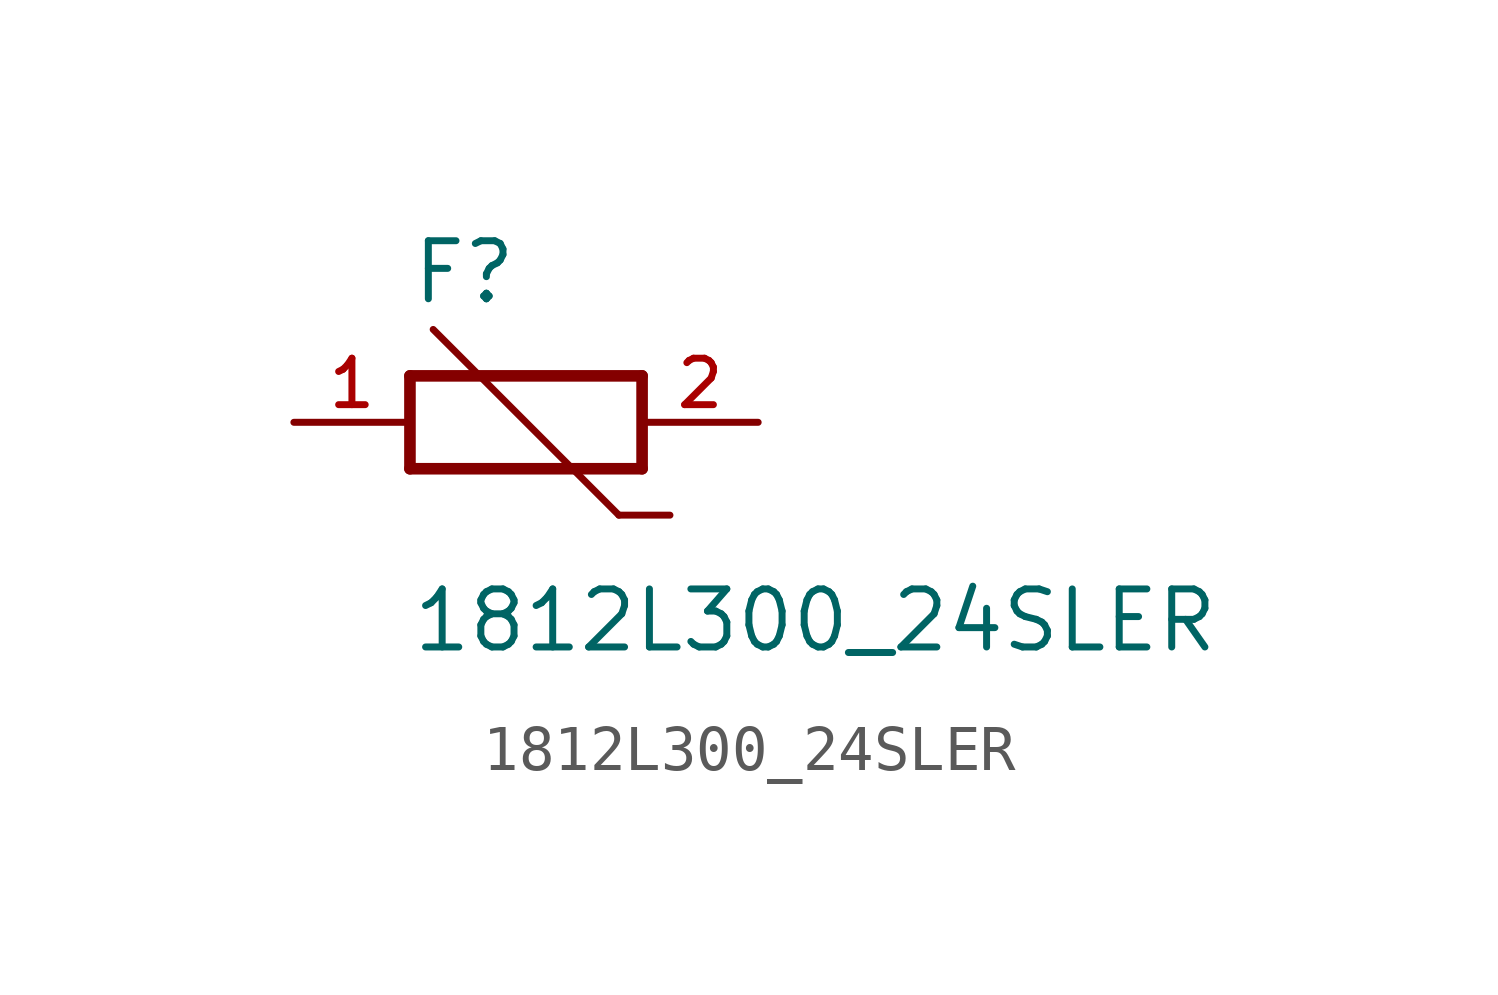
<source format=kicad_sym>
(kicad_symbol_lib
  (version 20211014)
  (generator kicad_symbol_editor)
  (symbol "1812L300_24SLER"
    (pin_names
      (offset 1.016))
    (property "Reference" "F"
      (at -2.54 2.54 0)
      (effects (font (size 1.27 1.27)) (justify bottom left)))
    (property "Value" "1812L300_24SLER"
      (at -2.54 -5.08 0)
      (effects (font (size 1.27 1.27)) (justify bottom left)))
    (symbol "1812L300_24SLER_0_0"
      (polyline (pts (xy 2.54 1.016) (xy 2.54 -1.016)) (stroke (width 0.254)))
      (polyline (pts (xy 2.54 -1.016) (xy -2.54 -1.016)) (stroke (width 0.254)))
      (polyline (pts (xy -2.54 -1.016) (xy -2.54 1.016)) (stroke (width 0.254)))
      (polyline (pts (xy -2.54 1.016) (xy 2.54 1.016)) (stroke (width 0.254)))
      (polyline (pts (xy 3.15 -2.032) (xy 2.032 -2.032)) (stroke (width 0.152)))
      (polyline (pts (xy 2.032 -2.032) (xy -2.032 2.032)) (stroke (width 0.152)))
      (pin passive line (at 5.08 0.0 180.0) (length 2.54) (name "~" (effects (font (size 1.016 1.016)))) (number "2" (effects (font (size 1.016 1.016)))))
      (pin passive line (at -5.08 0.0 0) (length 2.54) (name "~" (effects (font (size 1.016 1.016)))) (number "1" (effects (font (size 1.016 1.016))))))))
</source>
